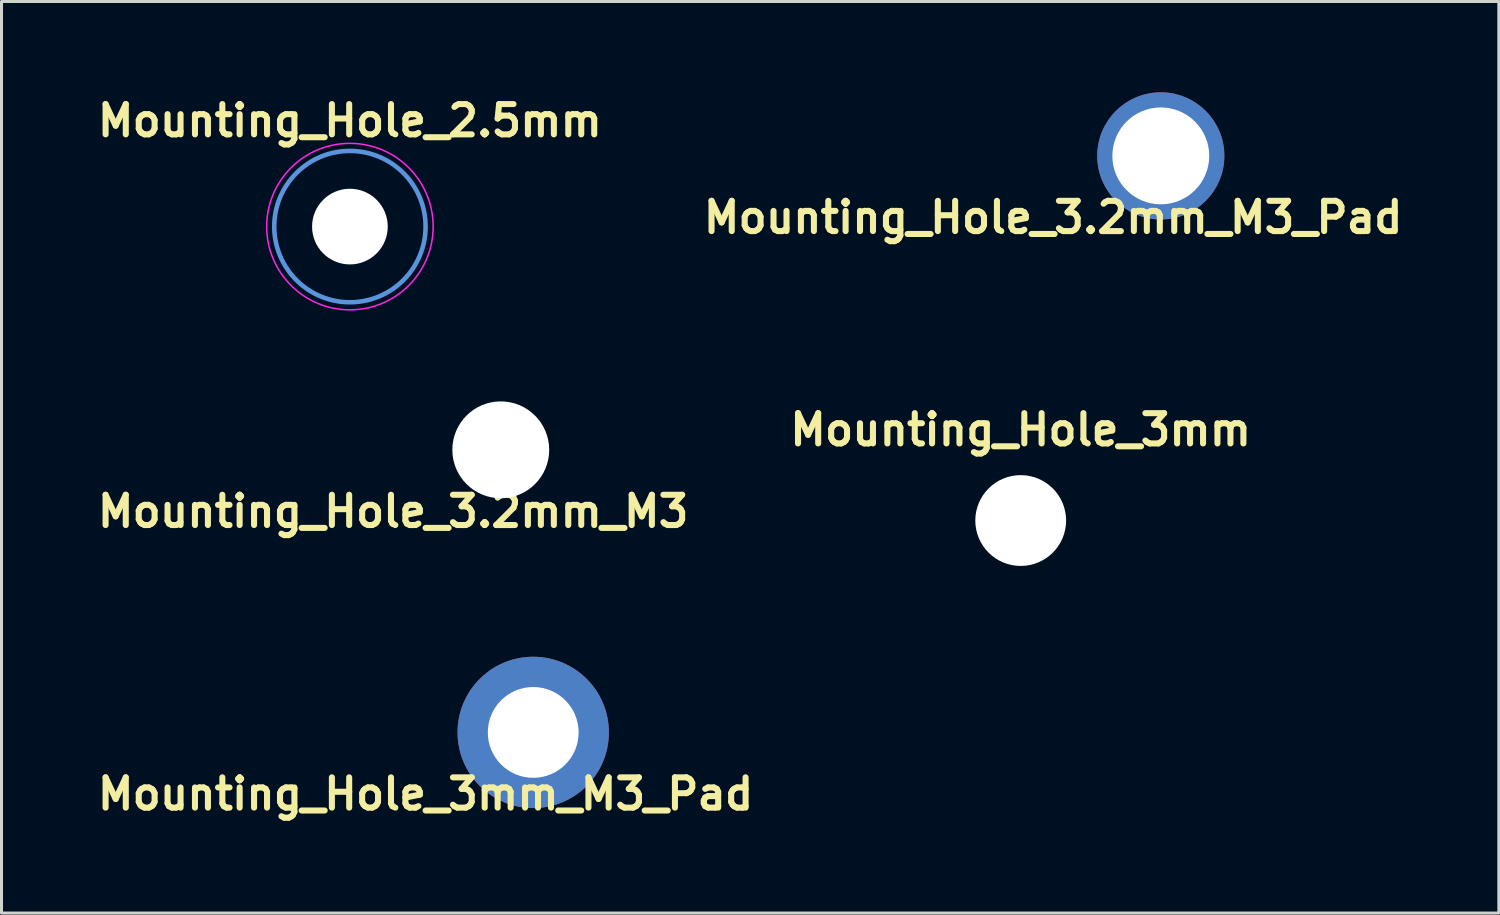
<source format=kicad_pcb>
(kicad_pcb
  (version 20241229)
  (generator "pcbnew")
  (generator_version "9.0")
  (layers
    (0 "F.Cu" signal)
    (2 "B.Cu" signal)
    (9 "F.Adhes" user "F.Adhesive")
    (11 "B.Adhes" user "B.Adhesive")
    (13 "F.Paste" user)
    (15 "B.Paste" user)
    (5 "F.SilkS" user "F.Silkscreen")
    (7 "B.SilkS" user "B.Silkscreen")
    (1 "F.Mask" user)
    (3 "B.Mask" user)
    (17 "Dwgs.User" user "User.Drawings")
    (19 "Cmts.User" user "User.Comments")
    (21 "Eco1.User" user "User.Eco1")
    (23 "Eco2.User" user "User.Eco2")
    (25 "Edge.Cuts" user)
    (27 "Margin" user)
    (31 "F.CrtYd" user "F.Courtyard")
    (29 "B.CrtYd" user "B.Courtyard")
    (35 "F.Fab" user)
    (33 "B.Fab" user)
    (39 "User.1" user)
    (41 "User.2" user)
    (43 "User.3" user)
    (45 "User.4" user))
  (footprint "Mounting_Hole_3.2mm_M3"
    (layer "F.Cu")
    (at 13.494 11.811)
    (property "Reference" "Mounting_Hole_3.2mm_M3" (at -3.556 2.032 0) (layer "F.SilkS") (effects (font (size 1 1) (thickness 0.2))))
    (attr through_hole)
    (pad "" np_thru_hole circle (at 0 0) (size 3.2 3.2) (drill 3.2) (layers "*.Cu" "*.Mask")))
  (footprint "Mounting_Hole_2.5mm"
    (layer "F.Cu")
    (at 8.51 4.436)
    (property "Reference" "Mounting_Hole_2.5mm" (at 0 -3.5 0) (layer "F.SilkS") (effects (font (size 1 1) (thickness 0.2))))
    (attr exclude_from_pos_files exclude_from_bom)
    (fp_circle (center 0 0) (end 2.5 0) (stroke (width 0.15) (type solid)) (fill no) (layer "Cmts.User"))
    (fp_circle (center 0 0) (end 2.75 0) (stroke (width 0.05) (type solid)) (fill no) (layer "F.CrtYd"))
    (pad "" np_thru_hole circle (at 0 0) (size 2.5 2.5) (drill 2.5) (layers "*.Cu" "*.Mask")))
  (footprint "Mounting_Hole_3mm_M3_Pad"
    (layer "F.Cu")
    (at 14.566 21.147)
    (property "Reference" "Mounting_Hole_3mm_M3_Pad" (at -3.556 2.032 0) (layer "F.SilkS") (effects (font (size 1 1) (thickness 0.2))))
    (attr through_hole)
    (pad "" thru_hole circle (at 0 0) (size 5 5) (drill 3) (layers "*.Cu" "*.Mask")))
  (footprint "Mounting_Hole_3mm"
    (layer "F.Cu")
    (at 30.671 14.147)
    (property "Reference" "Mounting_Hole_3mm" (at 0 -3 0) (layer "F.SilkS") (effects (font (size 1 1) (thickness 0.2))))
    (attr through_hole)
    (pad "" np_thru_hole circle (at 0 0) (size 3 3) (drill 3) (layers "*.Cu" "*.Mask")))
  (footprint "Mounting_Hole_3.2mm_M3_Pad"
    (layer "F.Cu")
    (at 35.299 2.1)
    (property "Reference" "Mounting_Hole_3.2mm_M3_Pad" (at -3.556 2.032 0) (layer "F.SilkS") (effects (font (size 1 1) (thickness 0.2))))
    (attr through_hole)
    (pad "" thru_hole circle (at 0 0) (size 4.2 4.2) (drill 3.2) (layers "*.Cu" "*.Mask")))
  (gr_rect
    (start -3 -3)
    (end 46.467 27.115)
    (stroke (width 0.1) (type default))
    (fill no)
    (layer "Edge.Cuts")))
</source>
